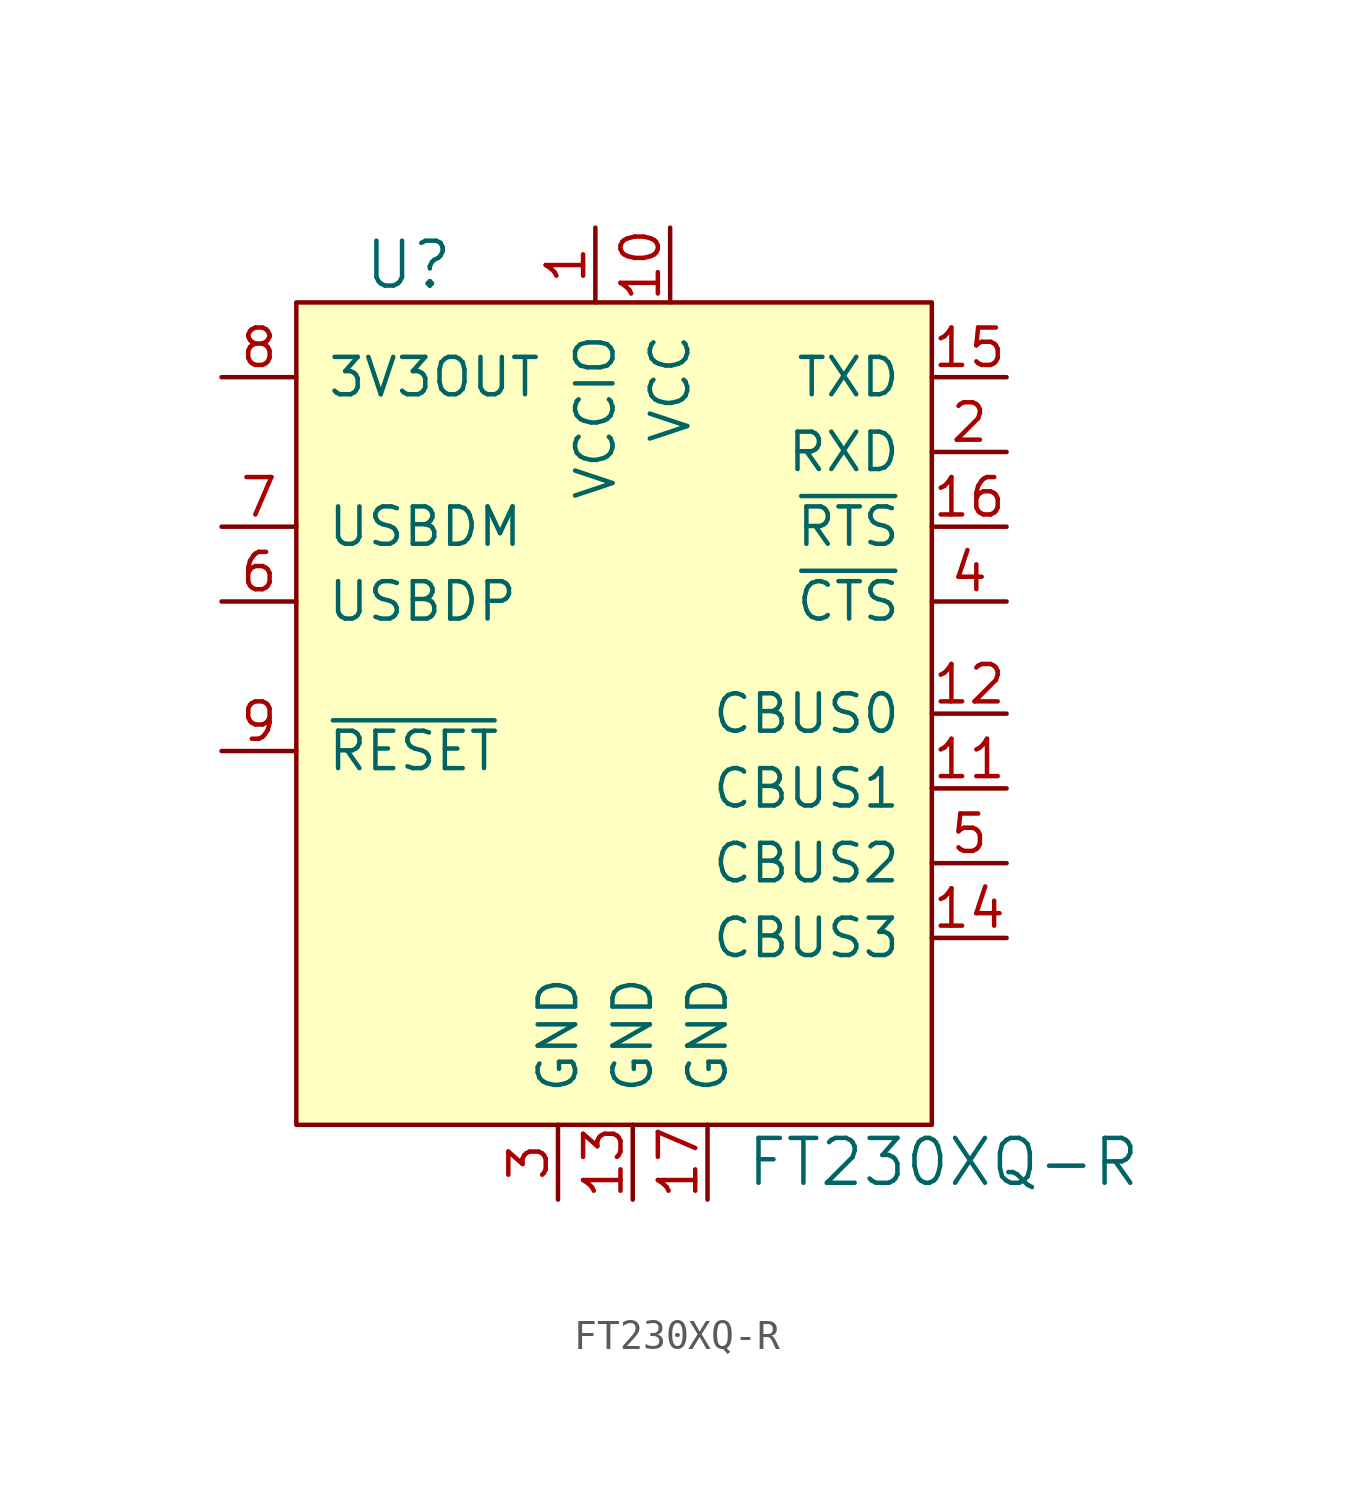
<source format=kicad_sym>
(kicad_symbol_lib
  (version 20220914)
  (generator kicad_symbol_editor)
  (symbol "FT230XQ-R"
    (pin_names
      (offset 1.016))
    (property "Reference" "U"
      (at -7.62 11.43 0)
      (effects (font (size 1.524 1.524))))
    (property "Value" "FT230XQ-R"
      (at 3.81 -19.05 0)
      (effects (font (size 1.524 1.524)) (justify left)))
    (symbol "FT230XQ-R_0_1"
      (rectangle (start -11.43 10.16) (end 10.16 -17.78) (stroke (width 0) (type default)) (fill (type background))))
    (symbol "FT230XQ-R_1_1"
      (pin power_in line (at -1.27 12.7 270) (length 2.54) (name "VCCIO" (effects (font (size 1.27 1.27)))) (number "1" (effects (font (size 1.27 1.27)))))
      (pin power_in line (at 1.27 12.7 270) (length 2.54) (name "VCC" (effects (font (size 1.27 1.27)))) (number "10" (effects (font (size 1.27 1.27)))))
      (pin bidirectional line (at 12.7 -6.35 180) (length 2.54) (name "CBUS1" (effects (font (size 1.27 1.27)))) (number "11" (effects (font (size 1.27 1.27)))))
      (pin bidirectional line (at 12.7 -3.81 180) (length 2.54) (name "CBUS0" (effects (font (size 1.27 1.27)))) (number "12" (effects (font (size 1.27 1.27)))))
      (pin power_in line (at 0 -20.32 90) (length 2.54) (name "GND" (effects (font (size 1.27 1.27)))) (number "13" (effects (font (size 1.27 1.27)))))
      (pin bidirectional line (at 12.7 -11.43 180) (length 2.54) (name "CBUS3" (effects (font (size 1.27 1.27)))) (number "14" (effects (font (size 1.27 1.27)))))
      (pin output line (at 12.7 7.62 180) (length 2.54) (name "TXD" (effects (font (size 1.27 1.27)))) (number "15" (effects (font (size 1.27 1.27)))))
      (pin output line (at 12.7 2.54 180) (length 2.54) (name "~{RTS}" (effects (font (size 1.27 1.27)))) (number "16" (effects (font (size 1.27 1.27)))))
      (pin power_in line (at 2.54 -20.32 90) (length 2.54) (name "GND" (effects (font (size 1.27 1.27)))) (number "17" (effects (font (size 1.27 1.27)))))
      (pin input line (at 12.7 5.08 180) (length 2.54) (name "RXD" (effects (font (size 1.27 1.27)))) (number "2" (effects (font (size 1.27 1.27)))))
      (pin power_in line (at -2.54 -20.32 90) (length 2.54) (name "GND" (effects (font (size 1.27 1.27)))) (number "3" (effects (font (size 1.27 1.27)))))
      (pin input line (at 12.7 0 180) (length 2.54) (name "~{CTS}" (effects (font (size 1.27 1.27)))) (number "4" (effects (font (size 1.27 1.27)))))
      (pin bidirectional line (at 12.7 -8.89 180) (length 2.54) (name "CBUS2" (effects (font (size 1.27 1.27)))) (number "5" (effects (font (size 1.27 1.27)))))
      (pin input line (at -13.97 0 0) (length 2.54) (name "USBDP" (effects (font (size 1.27 1.27)))) (number "6" (effects (font (size 1.27 1.27)))))
      (pin input line (at -13.97 2.54 0) (length 2.54) (name "USBDM" (effects (font (size 1.27 1.27)))) (number "7" (effects (font (size 1.27 1.27)))))
      (pin passive line (at -13.97 7.62 0) (length 2.54) (name "3V3OUT" (effects (font (size 1.27 1.27)))) (number "8" (effects (font (size 1.27 1.27)))))
      (pin input line (at -13.97 -5.08 0) (length 2.54) (name "~{RESET}" (effects (font (size 1.27 1.27)))) (number "9" (effects (font (size 1.27 1.27))))))))
</source>
